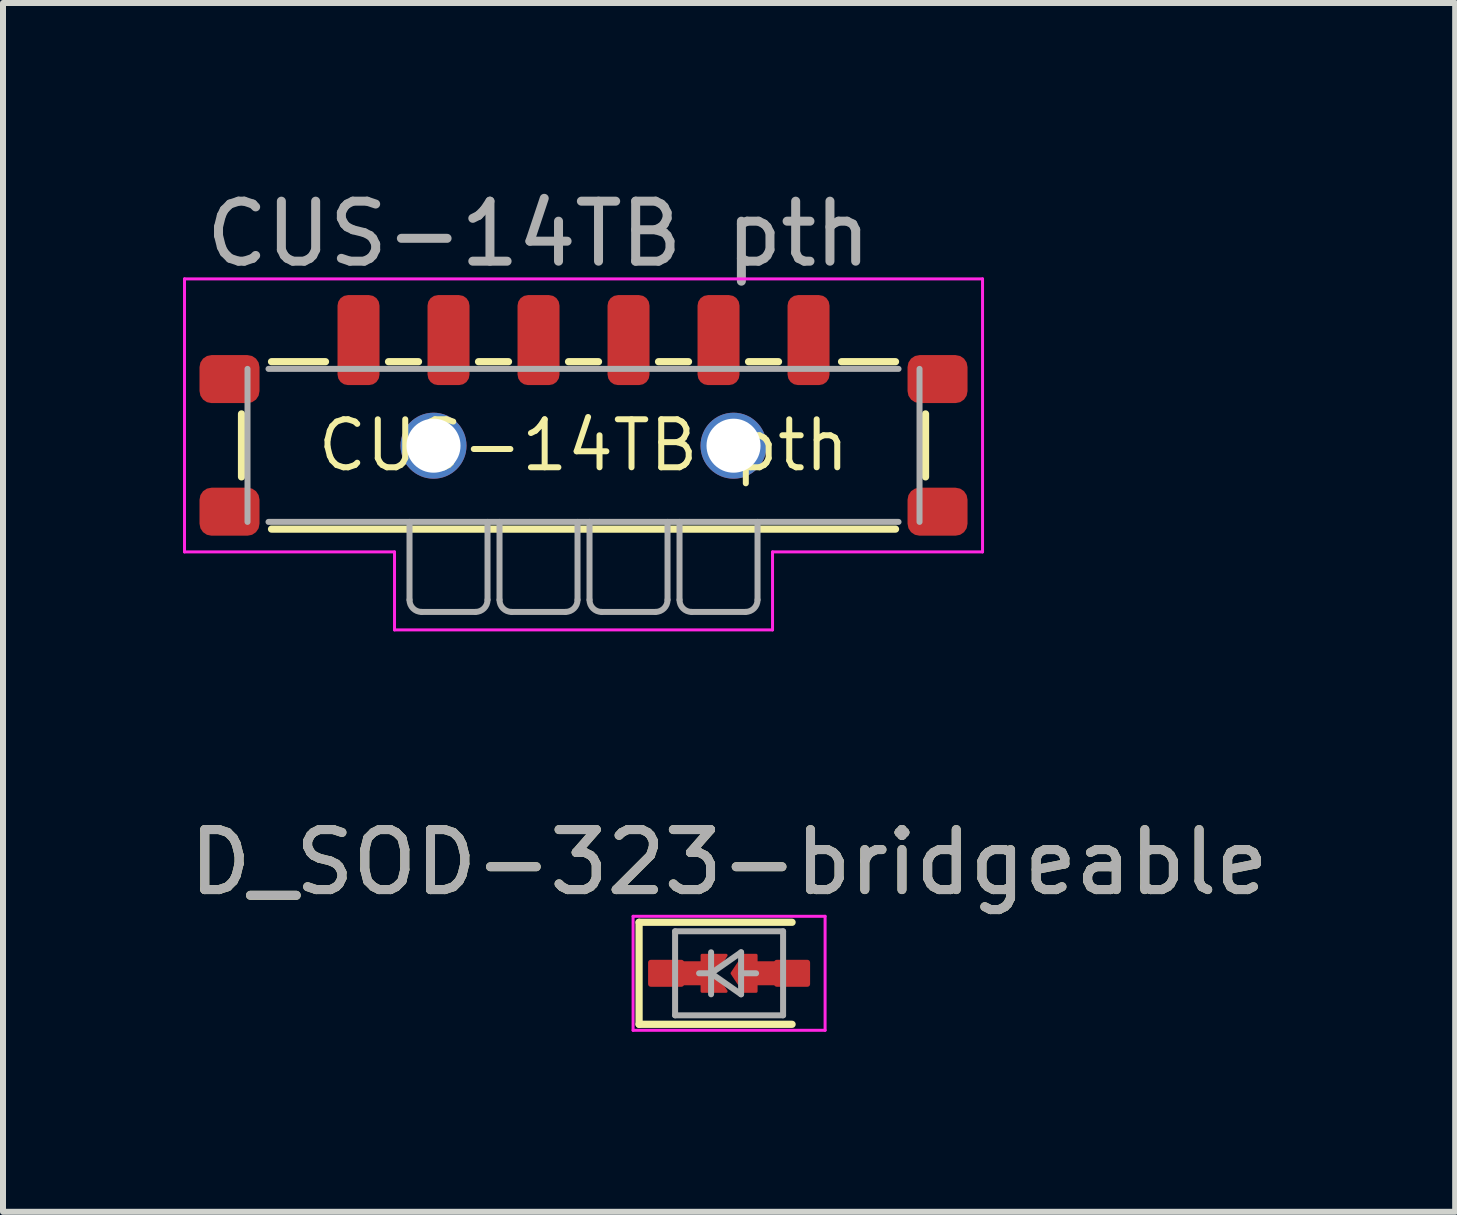
<source format=kicad_pcb>
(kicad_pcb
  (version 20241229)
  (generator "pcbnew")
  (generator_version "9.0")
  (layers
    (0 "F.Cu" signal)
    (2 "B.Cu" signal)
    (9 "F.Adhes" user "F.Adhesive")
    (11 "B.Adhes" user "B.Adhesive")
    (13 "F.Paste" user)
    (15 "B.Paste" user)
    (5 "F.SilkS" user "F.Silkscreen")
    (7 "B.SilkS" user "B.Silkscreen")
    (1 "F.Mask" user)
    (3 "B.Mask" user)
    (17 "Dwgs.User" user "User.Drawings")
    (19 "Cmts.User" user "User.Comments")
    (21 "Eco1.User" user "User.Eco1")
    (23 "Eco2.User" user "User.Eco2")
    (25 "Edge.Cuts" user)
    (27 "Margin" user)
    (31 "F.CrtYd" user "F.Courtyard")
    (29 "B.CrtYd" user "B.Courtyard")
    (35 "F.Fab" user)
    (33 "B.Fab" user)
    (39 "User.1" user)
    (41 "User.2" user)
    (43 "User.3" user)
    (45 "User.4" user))
  (footprint "D_SOD-323-bridgeable"
    (layer "F.Cu")
    (at 9.101 13.171)
    (property "Reference" "D_SOD-323-bridgeable" (at 0 -1.85 0) (layer "F.SilkS") (effects (font (size 1 1) (thickness 0.15))))
    (attr smd)
    (fp_line (start -0.45 0) (end -1.05 0) (stroke (width 0.4) (type solid)) (layer "F.Cu"))
    (fp_line (start 1.05 0) (end 0.35 0) (stroke (width 0.4) (type solid)) (layer "F.Cu"))
    (fp_poly (pts (xy -0.25 0) (xy -0.05 0.3) (xy -0.45 0.3) (xy -0.45 -0.3) (xy -0.05 -0.3)) (stroke (width 0.05) (type solid)) (fill yes) (layer "F.Cu"))
    (fp_poly (pts (xy 0.45 0.3) (xy 0.25 0.3) (xy 0.05 0) (xy 0.25 -0.3) (xy 0.45 -0.3)) (stroke (width 0.05) (type solid)) (fill yes) (layer "F.Cu"))
    (fp_line (start -1.5 -0.85) (end -1.5 0.85) (stroke (width 0.12) (type solid)) (layer "F.SilkS"))
    (fp_line (start -1.5 -0.85) (end 1.05 -0.85) (stroke (width 0.12) (type solid)) (layer "F.SilkS"))
    (fp_line (start -1.5 0.85) (end 1.05 0.85) (stroke (width 0.12) (type solid)) (layer "F.SilkS"))
    (fp_line (start -1.6 -0.95) (end -1.6 0.95) (stroke (width 0.05) (type solid)) (layer "F.CrtYd"))
    (fp_line (start -1.6 -0.95) (end 1.6 -0.95) (stroke (width 0.05) (type solid)) (layer "F.CrtYd"))
    (fp_line (start -1.6 0.95) (end 1.6 0.95) (stroke (width 0.05) (type solid)) (layer "F.CrtYd"))
    (fp_line (start 1.6 -0.95) (end 1.6 0.95) (stroke (width 0.05) (type solid)) (layer "F.CrtYd"))
    (fp_line (start -0.9 -0.7) (end 0.9 -0.7) (stroke (width 0.1) (type solid)) (layer "F.Fab"))
    (fp_line (start -0.9 0.7) (end -0.9 -0.7) (stroke (width 0.1) (type solid)) (layer "F.Fab"))
    (fp_line (start -0.3 -0.35) (end -0.3 0.35) (stroke (width 0.1) (type solid)) (layer "F.Fab"))
    (fp_line (start -0.3 0) (end -0.5 0) (stroke (width 0.1) (type solid)) (layer "F.Fab"))
    (fp_line (start -0.3 0) (end 0.2 -0.35) (stroke (width 0.1) (type solid)) (layer "F.Fab"))
    (fp_line (start 0.2 -0.35) (end 0.2 0.35) (stroke (width 0.1) (type solid)) (layer "F.Fab"))
    (fp_line (start 0.2 0) (end 0.45 0) (stroke (width 0.1) (type solid)) (layer "F.Fab"))
    (fp_line (start 0.2 0.35) (end -0.3 0) (stroke (width 0.1) (type solid)) (layer "F.Fab"))
    (fp_line (start 0.9 -0.7) (end 0.9 0.7) (stroke (width 0.1) (type solid)) (layer "F.Fab"))
    (fp_line (start 0.9 0.7) (end -0.9 0.7) (stroke (width 0.1) (type solid)) (layer "F.Fab"))
    (fp_text user "${REFERENCE}" (at 0 -1.85 0) (layer "F.Fab") (effects (font (size 1 1) (thickness 0.15))))
    (pad "1" smd roundrect (at -1.05 0) (size 0.6 0.45) (layers "F.Cu" "F.Mask" "F.Paste") (roundrect_rratio 0.1))
    (pad "2" smd roundrect (at 1.05 0) (size 0.6 0.45) (layers "F.Cu" "F.Mask" "F.Paste") (roundrect_rratio 0.1)))
  (footprint "CUS-14TB pth"
    (layer "F.Cu")
    (at 6.675 4.373)
    (property "Reference" "CUS-14TB pth" (at 0 0 0) (unlocked yes) (layer "F.SilkS") (effects (font (size 0.8 0.8) (thickness 0.1))))
    (attr smd)
    (fp_line (start -5.7 -0.525) (end -5.7 0.525) (stroke (width 0.12) (type solid)) (layer "F.SilkS"))
    (fp_line (start -5.2 -1.395) (end -4.3 -1.395) (stroke (width 0.12) (type solid)) (layer "F.SilkS"))
    (fp_line (start -5.2 1.395) (end 5.2 1.395) (stroke (width 0.12) (type solid)) (layer "F.SilkS"))
    (fp_line (start -3.25 -1.395) (end -2.75 -1.395) (stroke (width 0.12) (type solid)) (layer "F.SilkS"))
    (fp_line (start -1.75 -1.395) (end -1.25 -1.395) (stroke (width 0.12) (type solid)) (layer "F.SilkS"))
    (fp_line (start -0.25 -1.395) (end 0.25 -1.395) (stroke (width 0.12) (type solid)) (layer "F.SilkS"))
    (fp_line (start 1.25 -1.395) (end 1.75 -1.395) (stroke (width 0.12) (type solid)) (layer "F.SilkS"))
    (fp_line (start 2.75 -1.395) (end 3.25 -1.395) (stroke (width 0.12) (type solid)) (layer "F.SilkS"))
    (fp_line (start 4.3 -1.395) (end 5.2 -1.395) (stroke (width 0.12) (type solid)) (layer "F.SilkS"))
    (fp_line (start 5.7 0.525) (end 5.7 -0.525) (stroke (width 0.12) (type solid)) (layer "F.SilkS"))
    (fp_line (start -6.65 -2.775) (end 6.65 -2.775) (stroke (width 0.05) (type solid)) (layer "F.CrtYd"))
    (fp_line (start -6.65 1.775) (end -6.65 -2.775) (stroke (width 0.05) (type solid)) (layer "F.CrtYd"))
    (fp_line (start -3.15 1.775) (end -6.65 1.775) (stroke (width 0.05) (type solid)) (layer "F.CrtYd"))
    (fp_line (start -3.15 3.075) (end -3.15 1.775) (stroke (width 0.05) (type solid)) (layer "F.CrtYd"))
    (fp_line (start 3.15 1.775) (end 3.15 3.075) (stroke (width 0.05) (type solid)) (layer "F.CrtYd"))
    (fp_line (start 3.15 3.075) (end -3.15 3.075) (stroke (width 0.05) (type solid)) (layer "F.CrtYd"))
    (fp_line (start 6.65 -2.775) (end 6.65 1.775) (stroke (width 0.05) (type solid)) (layer "F.CrtYd"))
    (fp_line (start 6.65 1.775) (end 3.15 1.775) (stroke (width 0.05) (type solid)) (layer "F.CrtYd"))
    (fp_line (start -5.6 1.275) (end -5.6 -1.275) (stroke (width 0.1) (type solid)) (layer "F.Fab"))
    (fp_line (start -5.25 -1.275) (end 5.25 -1.275) (stroke (width 0.1) (type solid)) (layer "F.Fab"))
    (fp_line (start -2.9 2.575) (end -2.9 1.275) (stroke (width 0.1) (type solid)) (layer "F.Fab"))
    (fp_line (start -1.8 2.775) (end -2.7 2.775) (stroke (width 0.1) (type solid)) (layer "F.Fab"))
    (fp_line (start -1.6 2.575) (end -1.6 1.275) (stroke (width 0.1) (type solid)) (layer "F.Fab"))
    (fp_line (start -1.4 2.575) (end -1.4 1.275) (stroke (width 0.1) (type solid)) (layer "F.Fab"))
    (fp_line (start -0.3 2.775) (end -1.2 2.775) (stroke (width 0.1) (type solid)) (layer "F.Fab"))
    (fp_line (start -0.1 2.575) (end -0.1 1.275) (stroke (width 0.1) (type solid)) (layer "F.Fab"))
    (fp_line (start 0.1 2.575) (end 0.1 1.275) (stroke (width 0.1) (type solid)) (layer "F.Fab"))
    (fp_line (start 1.2 2.775) (end 0.3 2.775) (stroke (width 0.1) (type solid)) (layer "F.Fab"))
    (fp_line (start 1.4 2.575) (end 1.4 1.275) (stroke (width 0.1) (type solid)) (layer "F.Fab"))
    (fp_line (start 1.6 2.575) (end 1.6 1.275) (stroke (width 0.1) (type solid)) (layer "F.Fab"))
    (fp_line (start 2.7 2.775) (end 1.8 2.775) (stroke (width 0.1) (type solid)) (layer "F.Fab"))
    (fp_line (start 2.9 2.575) (end 2.9 1.275) (stroke (width 0.1) (type solid)) (layer "F.Fab"))
    (fp_line (start 5.25 1.275) (end -5.25 1.275) (stroke (width 0.1) (type solid)) (layer "F.Fab"))
    (fp_line (start 5.6 -1.275) (end 5.6 1.275) (stroke (width 0.1) (type solid)) (layer "F.Fab"))
    (fp_arc (start -2.7 2.775) (mid -2.841421 2.716421) (end -2.9 2.575) (stroke (width 0.1) (type solid)) (layer "F.Fab"))
    (fp_arc (start -1.6 2.575) (mid -1.658579 2.716421) (end -1.8 2.775) (stroke (width 0.1) (type solid)) (layer "F.Fab"))
    (fp_arc (start -1.2 2.775) (mid -1.341421 2.716421) (end -1.4 2.575) (stroke (width 0.1) (type solid)) (layer "F.Fab"))
    (fp_arc (start -0.1 2.575) (mid -0.158579 2.716421) (end -0.3 2.775) (stroke (width 0.1) (type solid)) (layer "F.Fab"))
    (fp_arc (start 0.3 2.775) (mid 0.158579 2.716421) (end 0.1 2.575) (stroke (width 0.1) (type solid)) (layer "F.Fab"))
    (fp_arc (start 1.4 2.575) (mid 1.341421 2.716421) (end 1.2 2.775) (stroke (width 0.1) (type solid)) (layer "F.Fab"))
    (fp_arc (start 1.8 2.775) (mid 1.658579 2.716421) (end 1.6 2.575) (stroke (width 0.1) (type solid)) (layer "F.Fab"))
    (fp_arc (start 2.9 2.575) (mid 2.841421 2.716421) (end 2.7 2.775) (stroke (width 0.1) (type solid)) (layer "F.Fab"))
    (fp_text user "${REFERENCE}" (at -0.75 -3.525 0) (layer "F.Fab") (effects (font (size 1 1) (thickness 0.15))))
    (pad "1" smd roundrect (at -3.75 -1.755) (size 0.7 1.5) (layers "F.Cu" "F.Mask" "F.Paste") (roundrect_rratio 0.25))
    (pad "2" smd roundrect (at -2.25 -1.755) (size 0.7 1.5) (layers "F.Cu" "F.Mask" "F.Paste") (roundrect_rratio 0.25))
    (pad "3" smd roundrect (at -0.75 -1.755) (size 0.7 1.5) (layers "F.Cu" "F.Mask" "F.Paste") (roundrect_rratio 0.25))
    (pad "4" smd roundrect (at 0.75 -1.755) (size 0.7 1.5) (layers "F.Cu" "F.Mask" "F.Paste") (roundrect_rratio 0.25))
    (pad "5" smd roundrect (at 2.25 -1.755) (size 0.7 1.5) (layers "F.Cu" "F.Mask" "F.Paste") (roundrect_rratio 0.25))
    (pad "6" smd roundrect (at 3.75 -1.755) (size 0.7 1.5) (layers "F.Cu" "F.Mask" "F.Paste") (roundrect_rratio 0.25))
    (pad "S" smd roundrect (at -5.9 -1.105) (size 1 0.8) (layers "F.Cu" "F.Mask" "F.Paste") (roundrect_rratio 0.25))
    (pad "S" smd roundrect (at -5.9 1.105) (size 1 0.8) (layers "F.Cu" "F.Mask" "F.Paste") (roundrect_rratio 0.25))
    (pad "S" thru_hole circle (at -2.5 0.005) (size 1.1 1.1) (drill 0.9) (layers "*.Cu" "*.Mask"))
    (pad "S" thru_hole circle (at 2.5 0.005) (size 1.1 1.1) (drill 0.9) (layers "*.Cu" "*.Mask"))
    (pad "S" smd roundrect (at 5.9 -1.105) (size 1 0.8) (layers "F.Cu" "F.Mask" "F.Paste") (roundrect_rratio 0.25))
    (pad "S" smd roundrect (at 5.9 1.105) (size 1 0.8) (layers "F.Cu" "F.Mask" "F.Paste") (roundrect_rratio 0.25)))
  (gr_rect
    (start -3 -3)
    (end 21.202 17.146)
    (stroke (width 0.1) (type default))
    (fill no)
    (layer "Edge.Cuts")))
</source>
